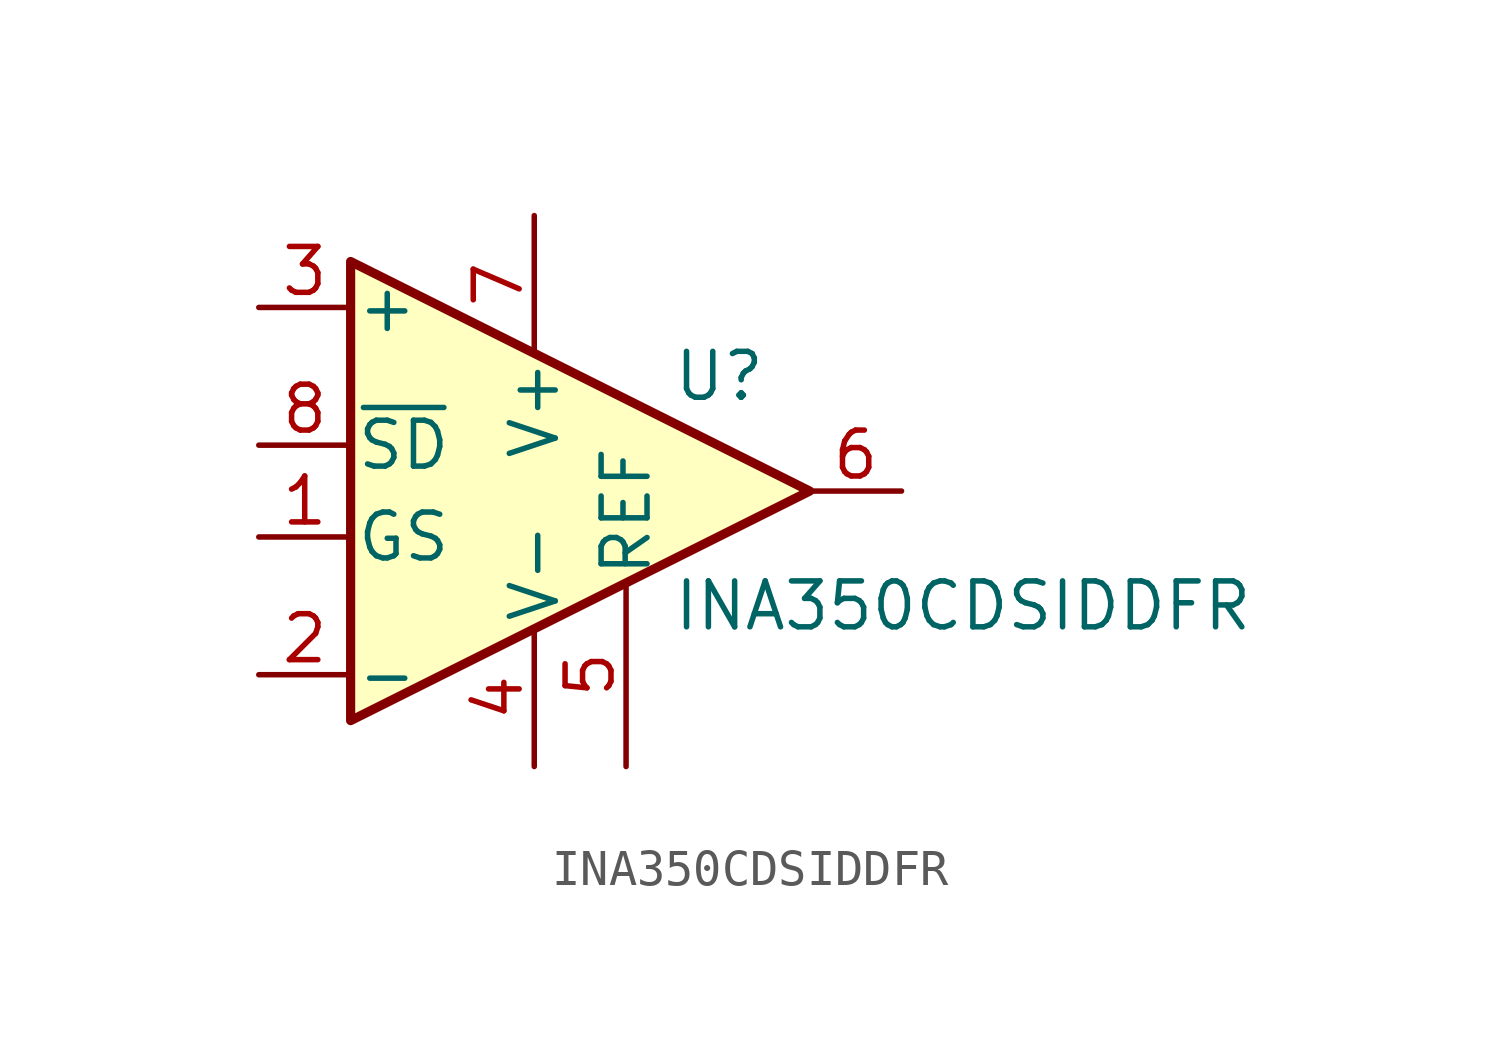
<source format=kicad_sym>
(kicad_symbol_lib
  (version 20241209)
  (generator "kicad_symbol_editor")
  (generator_version "9.0")
  (symbol "INA350CDSIDDFR"
    (pin_names
      (offset 0.127))
    (property "Reference" "U"
      (at 3.81 3.175 0)
      (effects (font (size 1.27 1.27)) (justify left)))
    (property "Value" "INA350CDSIDDFR"
      (at 3.81 -3.175 0)
      (effects (font (size 1.27 1.27)) (justify left)))
    (symbol "INA350CDSIDDFR_0_1"
      (polyline (pts (xy 7.62 0) (xy -5.08 6.35) (xy -5.08 -6.35) (xy 7.62 0)) (stroke (width 0.254) (type default)) (fill (type background))))
    (symbol "INA350CDSIDDFR_1_1"
      (pin input line (at -7.62 5.08 0) (length 2.54) (name "+" (effects (font (size 1.27 1.27)))) (number "3" (effects (font (size 1.27 1.27)))))
      (pin passive line (at -7.62 1.27 0) (length 2.54) (name "~{SD}" (effects (font (size 1.27 1.27)))) (number "8" (effects (font (size 1.27 1.27)))))
      (pin passive line (at -7.62 -1.27 0) (length 2.54) (name "GS" (effects (font (size 1.27 1.27)))) (number "1" (effects (font (size 1.27 1.27)))))
      (pin input line (at -7.62 -5.08 0) (length 2.54) (name "-" (effects (font (size 1.27 1.27)))) (number "2" (effects (font (size 1.27 1.27)))))
      (pin power_in line (at 0 7.62 270) (length 3.81) (name "V+" (effects (font (size 1.27 1.27)))) (number "7" (effects (font (size 1.27 1.27)))))
      (pin power_in line (at 0 -7.62 90) (length 3.81) (name "V-" (effects (font (size 1.27 1.27)))) (number "4" (effects (font (size 1.27 1.27)))))
      (pin input line (at 2.54 -7.62 90) (length 5.08) (name "REF" (effects (font (size 1.27 1.27)))) (number "5" (effects (font (size 1.27 1.27)))))
      (pin output line (at 10.16 0 180) (length 2.54) (name "~" (effects (font (size 1.27 1.27)))) (number "6" (effects (font (size 1.27 1.27))))))))
</source>
